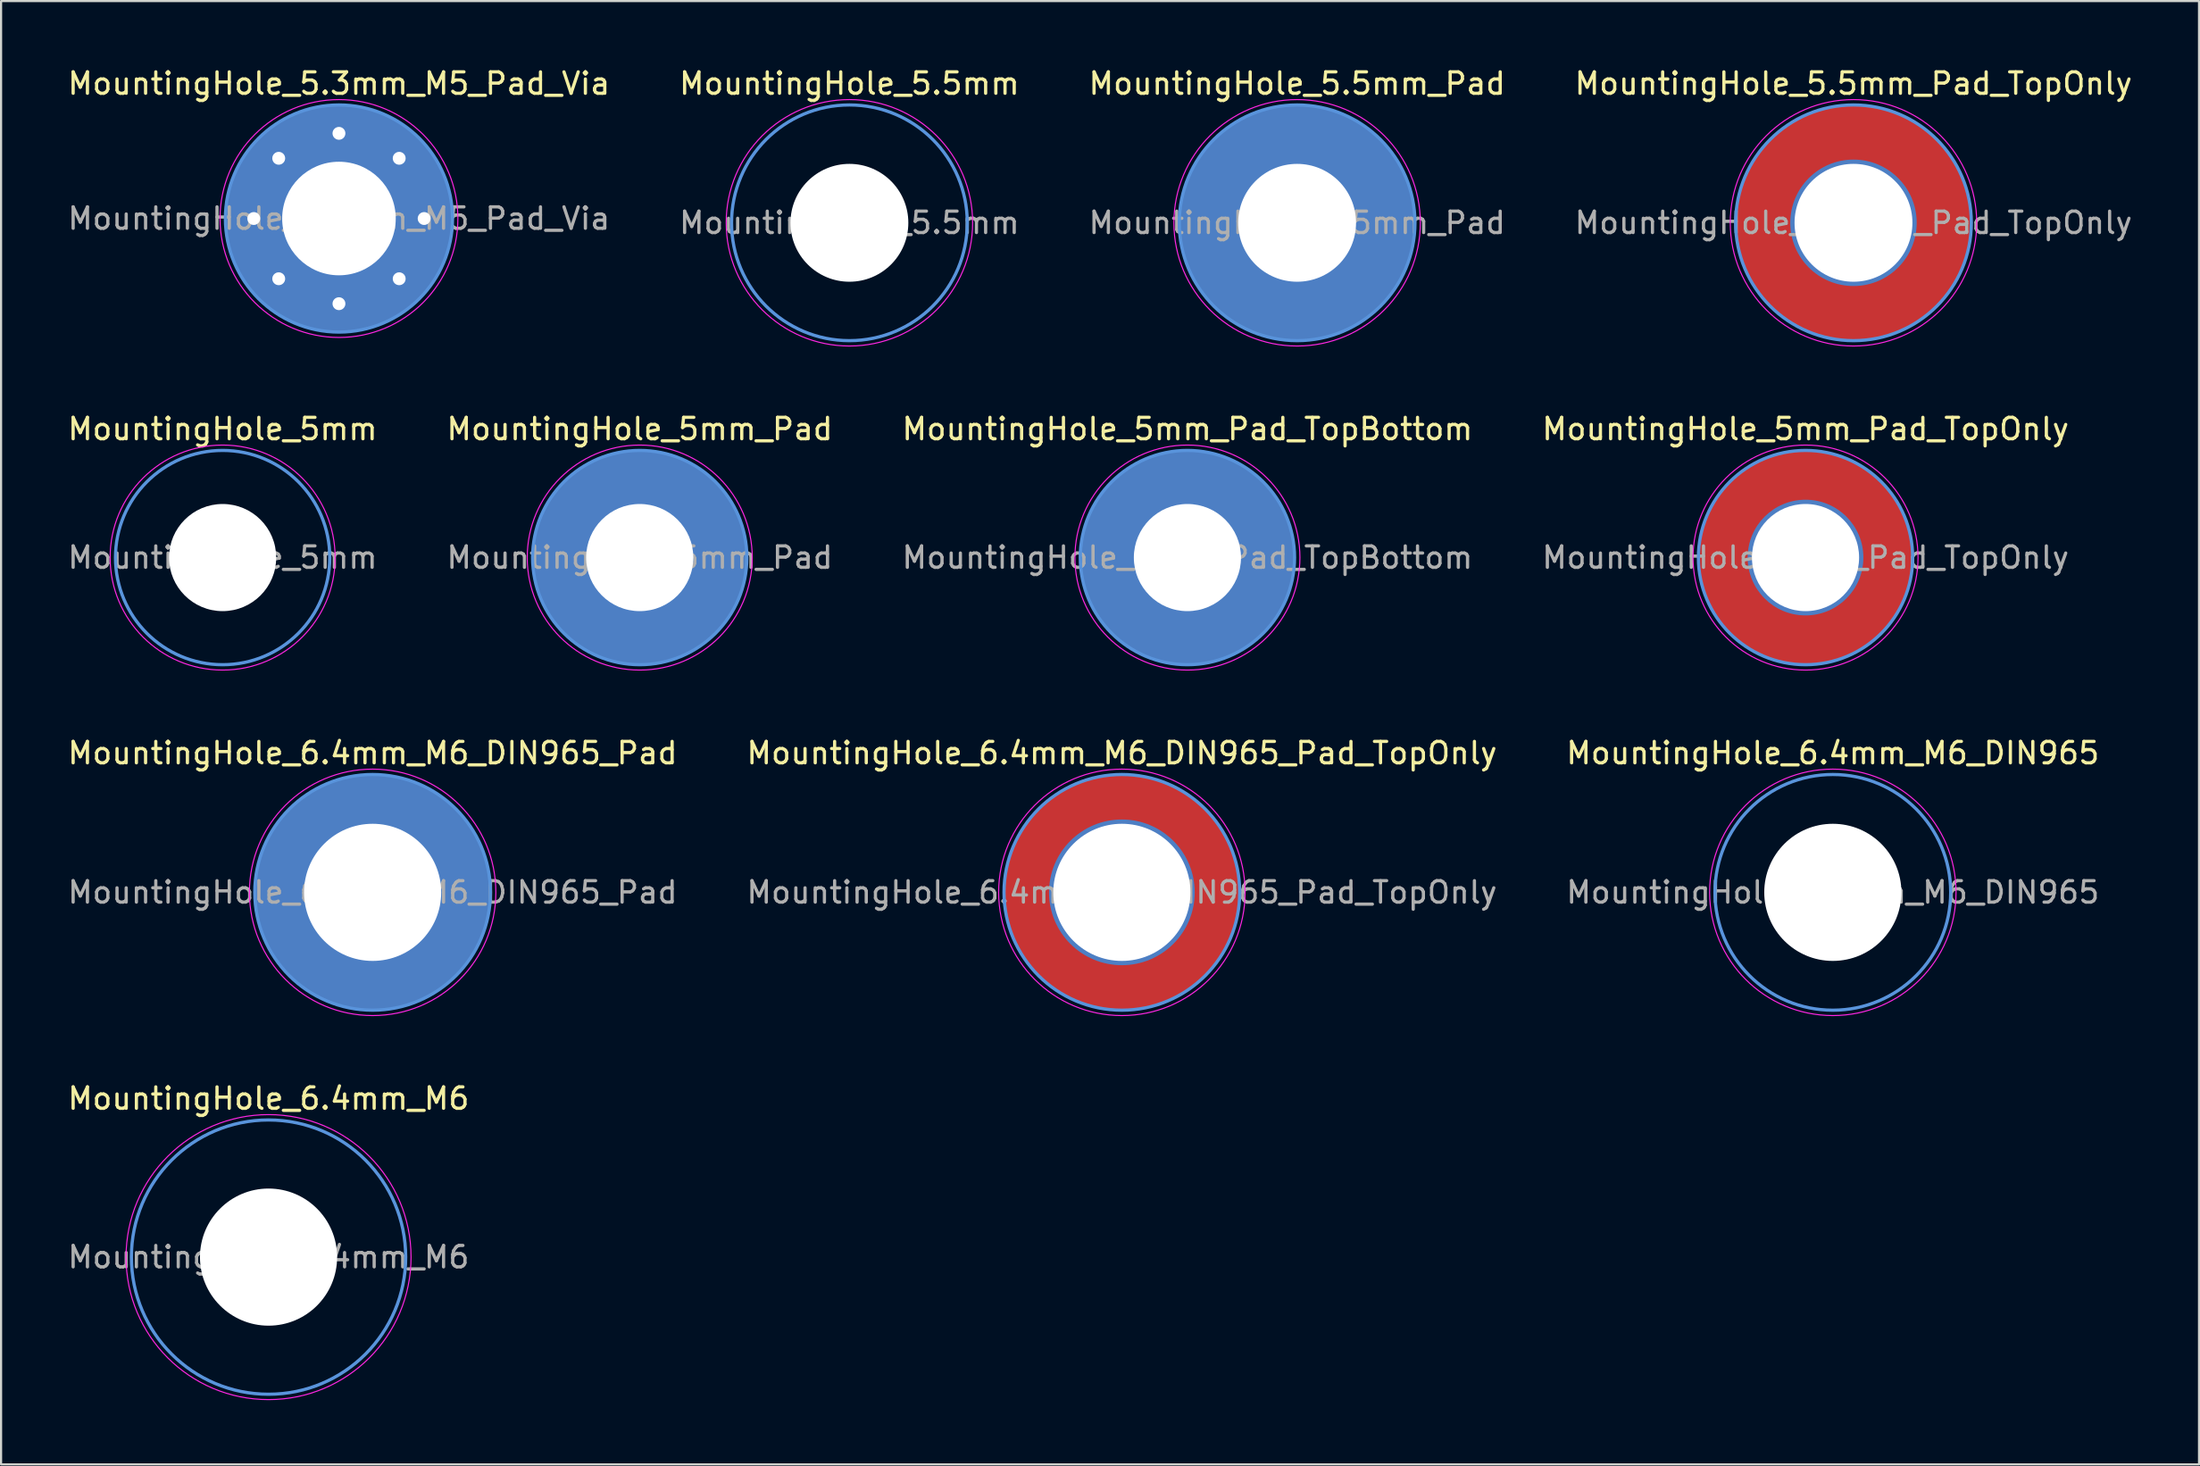
<source format=kicad_pcb>
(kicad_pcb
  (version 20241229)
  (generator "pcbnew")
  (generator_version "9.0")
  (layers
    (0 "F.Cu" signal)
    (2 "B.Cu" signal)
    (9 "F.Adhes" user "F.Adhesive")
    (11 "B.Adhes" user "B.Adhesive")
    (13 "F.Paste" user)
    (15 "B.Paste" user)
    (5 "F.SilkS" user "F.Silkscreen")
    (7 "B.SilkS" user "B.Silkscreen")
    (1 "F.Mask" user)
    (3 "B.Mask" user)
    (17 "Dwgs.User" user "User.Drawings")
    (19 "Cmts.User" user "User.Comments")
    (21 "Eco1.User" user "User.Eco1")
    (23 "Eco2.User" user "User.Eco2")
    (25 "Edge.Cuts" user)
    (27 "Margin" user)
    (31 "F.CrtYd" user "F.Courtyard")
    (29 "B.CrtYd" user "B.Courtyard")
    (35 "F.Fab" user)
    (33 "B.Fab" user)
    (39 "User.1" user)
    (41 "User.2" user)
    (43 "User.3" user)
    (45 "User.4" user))
  (footprint "MountingHole_5.5mm_Pad"
    (layer "F.Cu")
    (at 57.482 7.348)
    (property "Reference" "MountingHole_5.5mm_Pad" (at 0 -6.5 0) (layer "F.SilkS") (effects (font (size 1 1) (thickness 0.15))))
    (attr exclude_from_pos_files exclude_from_bom)
    (fp_circle (center 0 0) (end 5.5 0) (stroke (width 0.15) (type solid)) (fill no) (layer "Cmts.User"))
    (fp_circle (center 0 0) (end 5.75 0) (stroke (width 0.05) (type solid)) (fill no) (layer "F.CrtYd"))
    (fp_text user "${REFERENCE}" (at 0 0 0) (layer "F.Fab") (effects (font (size 1 1) (thickness 0.15))))
    (pad "1" thru_hole circle (at 0 0) (size 11 11) (drill 5.5) (layers "*.Cu" "*.Mask")))
  (footprint "MountingHole_5mm_Pad_TopOnly"
    (layer "F.Cu")
    (at 81.208 22.971)
    (property "Reference" "MountingHole_5mm_Pad_TopOnly" (at 0 -6 0) (layer "F.SilkS") (effects (font (size 1 1) (thickness 0.15))))
    (attr exclude_from_pos_files exclude_from_bom)
    (fp_circle (center 0 0) (end 5 0) (stroke (width 0.15) (type solid)) (fill no) (layer "Cmts.User"))
    (fp_circle (center 0 0) (end 5.25 0) (stroke (width 0.05) (type solid)) (fill no) (layer "F.CrtYd"))
    (fp_text user "${REFERENCE}" (at 0 0 0) (layer "F.Fab") (effects (font (size 1 1) (thickness 0.15))))
    (pad "1" thru_hole circle (at 0 0) (size 5.4 5.4) (drill 5) (layers "*.Cu" "*.Mask"))
    (pad "1" connect circle (at 0 0) (size 10 10) (layers "F.Cu" "F.Mask")))
  (footprint "MountingHole_5mm"
    (layer "F.Cu")
    (at 7.339 22.971)
    (property "Reference" "MountingHole_5mm" (at 0 -6 0) (layer "F.SilkS") (effects (font (size 1 1) (thickness 0.15))))
    (attr exclude_from_pos_files exclude_from_bom)
    (fp_circle (center 0 0) (end 5 0) (stroke (width 0.15) (type solid)) (fill no) (layer "Cmts.User"))
    (fp_circle (center 0 0) (end 5.25 0) (stroke (width 0.05) (type solid)) (fill no) (layer "F.CrtYd"))
    (fp_text user "${REFERENCE}" (at 0 0 0) (layer "F.Fab") (effects (font (size 1 1) (thickness 0.15))))
    (pad "" np_thru_hole circle (at 0 0) (size 5 5) (drill 5) (layers "*.Cu" "*.Mask")))
  (footprint "MountingHole_5.5mm_Pad_TopOnly"
    (layer "F.Cu")
    (at 83.446 7.348)
    (property "Reference" "MountingHole_5.5mm_Pad_TopOnly" (at 0 -6.5 0) (layer "F.SilkS") (effects (font (size 1 1) (thickness 0.15))))
    (attr exclude_from_pos_files exclude_from_bom)
    (fp_circle (center 0 0) (end 5.5 0) (stroke (width 0.15) (type solid)) (fill no) (layer "Cmts.User"))
    (fp_circle (center 0 0) (end 5.75 0) (stroke (width 0.05) (type solid)) (fill no) (layer "F.CrtYd"))
    (fp_text user "${REFERENCE}" (at 0 0 0) (layer "F.Fab") (effects (font (size 1 1) (thickness 0.15))))
    (pad "1" thru_hole circle (at 0 0) (size 5.9 5.9) (drill 5.5) (layers "*.Cu" "*.Mask"))
    (pad "1" connect circle (at 0 0) (size 11 11) (layers "F.Cu" "F.Mask")))
  (footprint "MountingHole_5.3mm_M5_Pad_Via"
    (layer "F.Cu")
    (at 12.768 7.148)
    (property "Reference" "MountingHole_5.3mm_M5_Pad_Via" (at 0 -6.3 0) (layer "F.SilkS") (effects (font (size 1 1) (thickness 0.15))))
    (attr exclude_from_pos_files exclude_from_bom)
    (fp_circle (center 0 0) (end 5.3 0) (stroke (width 0.15) (type solid)) (fill no) (layer "Cmts.User"))
    (fp_circle (center 0 0) (end 5.55 0) (stroke (width 0.05) (type solid)) (fill no) (layer "F.CrtYd"))
    (fp_text user "${REFERENCE}" (at 0 0 0) (layer "F.Fab") (effects (font (size 1 1) (thickness 0.15))))
    (pad "1" thru_hole circle (at -3.975 0) (size 0.9 0.9) (drill 0.6) (layers "*.Cu" "*.Mask"))
    (pad "1" thru_hole circle (at -2.811 -2.811) (size 0.9 0.9) (drill 0.6) (layers "*.Cu" "*.Mask"))
    (pad "1" thru_hole circle (at -2.811 2.811) (size 0.9 0.9) (drill 0.6) (layers "*.Cu" "*.Mask"))
    (pad "1" thru_hole circle (at 0 -3.975) (size 0.9 0.9) (drill 0.6) (layers "*.Cu" "*.Mask"))
    (pad "1" thru_hole circle (at 0 0) (size 10.6 10.6) (drill 5.3) (layers "*.Cu" "*.Mask"))
    (pad "1" thru_hole circle (at 0 3.975) (size 0.9 0.9) (drill 0.6) (layers "*.Cu" "*.Mask"))
    (pad "1" thru_hole circle (at 2.811 -2.811) (size 0.9 0.9) (drill 0.6) (layers "*.Cu" "*.Mask"))
    (pad "1" thru_hole circle (at 2.811 2.811) (size 0.9 0.9) (drill 0.6) (layers "*.Cu" "*.Mask"))
    (pad "1" thru_hole circle (at 3.975 0) (size 0.9 0.9) (drill 0.6) (layers "*.Cu" "*.Mask")))
  (footprint "MountingHole_5mm_Pad_TopBottom"
    (layer "F.Cu")
    (at 52.363 22.971)
    (property "Reference" "MountingHole_5mm_Pad_TopBottom" (at 0 -6 0) (layer "F.SilkS") (effects (font (size 1 1) (thickness 0.15))))
    (attr exclude_from_pos_files exclude_from_bom)
    (fp_circle (center 0 0) (end 5 0) (stroke (width 0.15) (type solid)) (fill no) (layer "Cmts.User"))
    (fp_circle (center 0 0) (end 5.25 0) (stroke (width 0.05) (type solid)) (fill no) (layer "F.CrtYd"))
    (fp_text user "${REFERENCE}" (at 0 0 0) (layer "F.Fab") (effects (font (size 1 1) (thickness 0.15))))
    (pad "1" thru_hole circle (at 0 0) (size 5.4 5.4) (drill 5) (layers "*.Cu" "*.Mask"))
    (pad "1" connect circle (at 0 0) (size 10 10) (layers "F.Cu" "F.Mask"))
    (pad "1" connect circle (at 0 0) (size 10 10) (layers "B.Cu" "B.Mask")))
  (footprint "MountingHole_6.4mm_M6"
    (layer "F.Cu")
    (at 9.482 55.618)
    (property "Reference" "MountingHole_6.4mm_M6" (at 0 -7.4 0) (layer "F.SilkS") (effects (font (size 1 1) (thickness 0.15))))
    (attr exclude_from_pos_files exclude_from_bom)
    (fp_circle (center 0 0) (end 6.4 0) (stroke (width 0.15) (type solid)) (fill no) (layer "Cmts.User"))
    (fp_circle (center 0 0) (end 6.65 0) (stroke (width 0.05) (type solid)) (fill no) (layer "F.CrtYd"))
    (fp_text user "${REFERENCE}" (at 0 0 0) (layer "F.Fab") (effects (font (size 1 1) (thickness 0.15))))
    (pad "" np_thru_hole circle (at 0 0) (size 6.4 6.4) (drill 6.4) (layers "*.Cu" "*.Mask")))
  (footprint "MountingHole_6.4mm_M6_DIN965_Pad_TopOnly"
    (layer "F.Cu")
    (at 49.304 38.595)
    (property "Reference" "MountingHole_6.4mm_M6_DIN965_Pad_TopOnly" (at 0 -6.5 0) (layer "F.SilkS") (effects (font (size 1 1) (thickness 0.15))))
    (attr exclude_from_pos_files exclude_from_bom)
    (fp_circle (center 0 0) (end 5.5 0) (stroke (width 0.15) (type solid)) (fill no) (layer "Cmts.User"))
    (fp_circle (center 0 0) (end 5.75 0) (stroke (width 0.05) (type solid)) (fill no) (layer "F.CrtYd"))
    (fp_text user "${REFERENCE}" (at 0 0 0) (layer "F.Fab") (effects (font (size 1 1) (thickness 0.15))))
    (pad "1" thru_hole circle (at 0 0) (size 6.8 6.8) (drill 6.4) (layers "*.Cu" "*.Mask"))
    (pad "1" connect circle (at 0 0) (size 11 11) (layers "F.Cu" "F.Mask")))
  (footprint "MountingHole_6.4mm_M6_DIN965_Pad"
    (layer "F.Cu")
    (at 14.339 38.595)
    (property "Reference" "MountingHole_6.4mm_M6_DIN965_Pad" (at 0 -6.5 0) (layer "F.SilkS") (effects (font (size 1 1) (thickness 0.15))))
    (attr exclude_from_pos_files exclude_from_bom)
    (fp_circle (center 0 0) (end 5.5 0) (stroke (width 0.15) (type solid)) (fill no) (layer "Cmts.User"))
    (fp_circle (center 0 0) (end 5.75 0) (stroke (width 0.05) (type solid)) (fill no) (layer "F.CrtYd"))
    (fp_text user "${REFERENCE}" (at 0 0 0) (layer "F.Fab") (effects (font (size 1 1) (thickness 0.15))))
    (pad "1" thru_hole circle (at 0 0) (size 11 11) (drill 6.4) (layers "*.Cu" "*.Mask")))
  (footprint "MountingHole_5mm_Pad"
    (layer "F.Cu")
    (at 26.804 22.971)
    (property "Reference" "MountingHole_5mm_Pad" (at 0 -6 0) (layer "F.SilkS") (effects (font (size 1 1) (thickness 0.15))))
    (attr exclude_from_pos_files exclude_from_bom)
    (fp_circle (center 0 0) (end 5 0) (stroke (width 0.15) (type solid)) (fill no) (layer "Cmts.User"))
    (fp_circle (center 0 0) (end 5.25 0) (stroke (width 0.05) (type solid)) (fill no) (layer "F.CrtYd"))
    (fp_text user "${REFERENCE}" (at 0 0 0) (layer "F.Fab") (effects (font (size 1 1) (thickness 0.15))))
    (pad "1" thru_hole circle (at 0 0) (size 10 10) (drill 5) (layers "*.Cu" "*.Mask")))
  (footprint "MountingHole_6.4mm_M6_DIN965"
    (layer "F.Cu")
    (at 82.482 38.595)
    (property "Reference" "MountingHole_6.4mm_M6_DIN965" (at 0 -6.5 0) (layer "F.SilkS") (effects (font (size 1 1) (thickness 0.15))))
    (attr exclude_from_pos_files exclude_from_bom)
    (fp_circle (center 0 0) (end 5.5 0) (stroke (width 0.15) (type solid)) (fill no) (layer "Cmts.User"))
    (fp_circle (center 0 0) (end 5.75 0) (stroke (width 0.05) (type solid)) (fill no) (layer "F.CrtYd"))
    (fp_text user "${REFERENCE}" (at 0 0 0) (layer "F.Fab") (effects (font (size 1 1) (thickness 0.15))))
    (pad "" np_thru_hole circle (at 0 0) (size 6.4 6.4) (drill 6.4) (layers "*.Cu" "*.Mask")))
  (footprint "MountingHole_5.5mm"
    (layer "F.Cu")
    (at 36.589 7.348)
    (property "Reference" "MountingHole_5.5mm" (at 0 -6.5 0) (layer "F.SilkS") (effects (font (size 1 1) (thickness 0.15))))
    (attr exclude_from_pos_files exclude_from_bom)
    (fp_circle (center 0 0) (end 5.5 0) (stroke (width 0.15) (type solid)) (fill no) (layer "Cmts.User"))
    (fp_circle (center 0 0) (end 5.75 0) (stroke (width 0.05) (type solid)) (fill no) (layer "F.CrtYd"))
    (fp_text user "${REFERENCE}" (at 0 0 0) (layer "F.Fab") (effects (font (size 1 1) (thickness 0.15))))
    (pad "" np_thru_hole circle (at 0 0) (size 5.5 5.5) (drill 5.5) (layers "*.Cu" "*.Mask")))
  (gr_rect
    (start -3 -3)
    (end 99.571 65.293)
    (stroke (width 0.1) (type default))
    (fill no)
    (layer "Edge.Cuts")))
</source>
